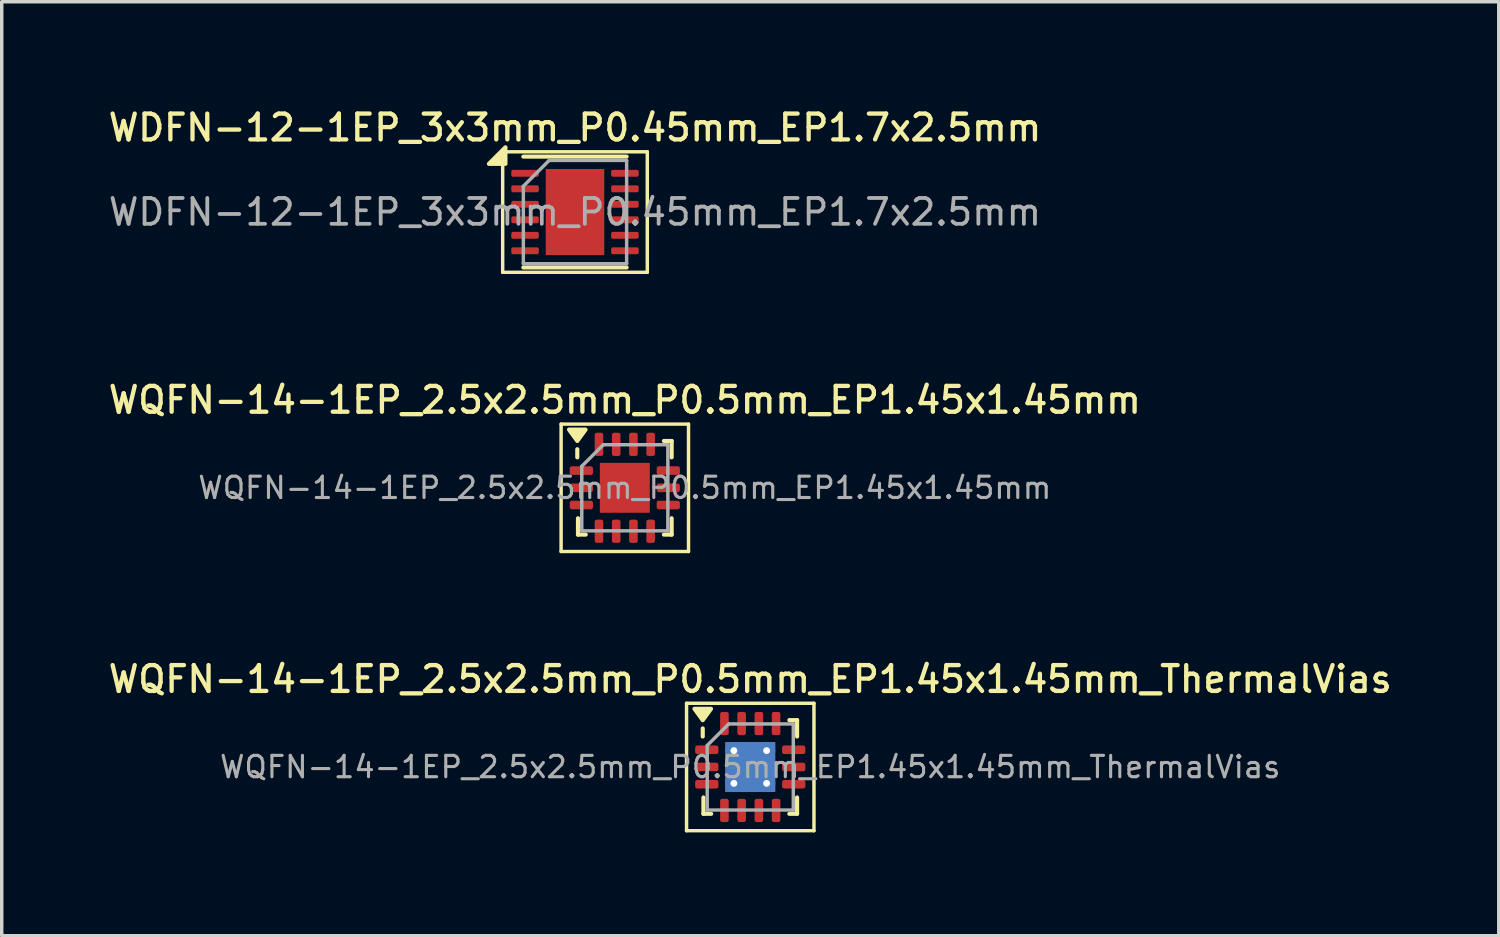
<source format=kicad_pcb>
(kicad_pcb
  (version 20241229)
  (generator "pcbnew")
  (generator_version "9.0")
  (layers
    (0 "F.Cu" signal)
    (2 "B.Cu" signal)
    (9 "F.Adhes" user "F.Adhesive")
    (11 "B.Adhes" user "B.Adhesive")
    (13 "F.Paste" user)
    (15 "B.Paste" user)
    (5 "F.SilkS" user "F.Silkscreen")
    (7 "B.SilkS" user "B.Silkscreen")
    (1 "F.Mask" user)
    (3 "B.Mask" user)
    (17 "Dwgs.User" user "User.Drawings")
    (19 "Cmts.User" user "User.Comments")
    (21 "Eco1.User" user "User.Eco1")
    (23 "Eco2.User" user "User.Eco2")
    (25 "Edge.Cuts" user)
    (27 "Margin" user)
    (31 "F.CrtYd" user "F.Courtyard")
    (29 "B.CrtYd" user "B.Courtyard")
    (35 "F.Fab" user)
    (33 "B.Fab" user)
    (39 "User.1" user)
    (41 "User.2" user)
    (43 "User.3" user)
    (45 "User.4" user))
  (footprint "WDFN-12-1EP_3x3mm_P0.45mm_EP1.7x2.5mm"
    (layer "F.Cu")
    (at 13.648 3.108)
    (property "Reference" "WDFN-12-1EP_3x3mm_P0.45mm_EP1.7x2.5mm" (at 0 -2.45 0) (layer "F.SilkS") (effects (font (size 0.75 0.75) (thickness 0.125))))
    (attr smd)
    (fp_line (start -2.1 -1.75) (end -2.1 1.75) (stroke (width 0.1) (type solid)) (layer "F.SilkS"))
    (fp_line (start -2.1 1.75) (end 2.1 1.75) (stroke (width 0.1) (type solid)) (layer "F.SilkS"))
    (fp_line (start -1.5 -1.61) (end 1.5 -1.61) (stroke (width 0.12) (type solid)) (layer "F.SilkS"))
    (fp_line (start -1.5 1.61) (end 1.5 1.61) (stroke (width 0.12) (type solid)) (layer "F.SilkS"))
    (fp_line (start 2.1 -1.75) (end -2.1 -1.75) (stroke (width 0.1) (type solid)) (layer "F.SilkS"))
    (fp_line (start 2.1 1.75) (end 2.1 -1.75) (stroke (width 0.1) (type solid)) (layer "F.SilkS"))
    (fp_poly (pts (xy -2.02 -1.4) (xy -2.5 -1.4) (xy -2.02 -1.88) (xy -2.02 -1.4)) (stroke (width 0.12) (type solid)) (fill yes) (layer "F.SilkS"))
    (fp_line (start -1.5 -0.75) (end -0.75 -1.5) (stroke (width 0.1) (type solid)) (layer "F.Fab"))
    (fp_line (start -1.5 1.5) (end -1.5 -0.75) (stroke (width 0.1) (type solid)) (layer "F.Fab"))
    (fp_line (start -0.75 -1.5) (end 1.5 -1.5) (stroke (width 0.1) (type solid)) (layer "F.Fab"))
    (fp_line (start 1.5 -1.5) (end 1.5 1.5) (stroke (width 0.1) (type solid)) (layer "F.Fab"))
    (fp_line (start 1.5 1.5) (end -1.5 1.5) (stroke (width 0.1) (type solid)) (layer "F.Fab"))
    (fp_text user "${REFERENCE}" (at 0 0 0) (layer "F.Fab") (effects (font (size 0.75 0.75) (thickness 0.11))))
    (pad "" smd roundrect (at -0.425 -0.625) (size 0.69 1.01) (layers "F.Paste") (roundrect_rratio 0.25))
    (pad "" smd roundrect (at -0.425 0.625) (size 0.69 1.01) (layers "F.Paste") (roundrect_rratio 0.25))
    (pad "" smd roundrect (at 0.425 -0.625) (size 0.69 1.01) (layers "F.Paste") (roundrect_rratio 0.25))
    (pad "" smd roundrect (at 0.425 0.625) (size 0.69 1.01) (layers "F.Paste") (roundrect_rratio 0.25))
    (pad "1" smd roundrect (at -1.45 -1.125) (size 0.8 0.2) (layers "F.Cu" "F.Mask" "F.Paste") (roundrect_rratio 0.25))
    (pad "2" smd roundrect (at -1.45 -0.675) (size 0.8 0.2) (layers "F.Cu" "F.Mask" "F.Paste") (roundrect_rratio 0.25))
    (pad "3" smd roundrect (at -1.45 -0.225) (size 0.8 0.2) (layers "F.Cu" "F.Mask" "F.Paste") (roundrect_rratio 0.25))
    (pad "4" smd roundrect (at -1.45 0.225) (size 0.8 0.2) (layers "F.Cu" "F.Mask" "F.Paste") (roundrect_rratio 0.25))
    (pad "5" smd roundrect (at -1.45 0.675) (size 0.8 0.2) (layers "F.Cu" "F.Mask" "F.Paste") (roundrect_rratio 0.25))
    (pad "6" smd roundrect (at -1.45 1.125) (size 0.8 0.2) (layers "F.Cu" "F.Mask" "F.Paste") (roundrect_rratio 0.25))
    (pad "7" smd roundrect (at 1.45 1.125) (size 0.8 0.2) (layers "F.Cu" "F.Mask" "F.Paste") (roundrect_rratio 0.25))
    (pad "8" smd roundrect (at 1.45 0.675) (size 0.8 0.2) (layers "F.Cu" "F.Mask" "F.Paste") (roundrect_rratio 0.25))
    (pad "9" smd roundrect (at 1.45 0.225) (size 0.8 0.2) (layers "F.Cu" "F.Mask" "F.Paste") (roundrect_rratio 0.25))
    (pad "10" smd roundrect (at 1.45 -0.225) (size 0.8 0.2) (layers "F.Cu" "F.Mask" "F.Paste") (roundrect_rratio 0.25))
    (pad "11" smd roundrect (at 1.45 -0.675) (size 0.8 0.2) (layers "F.Cu" "F.Mask" "F.Paste") (roundrect_rratio 0.25))
    (pad "12" smd roundrect (at 1.45 -1.125) (size 0.8 0.2) (layers "F.Cu" "F.Mask" "F.Paste") (roundrect_rratio 0.25))
    (pad "13" smd rect (at 0 0) (size 1.7 2.5) (property pad_prop_heatsink) (layers "F.Cu" "F.Mask")))
  (footprint "WQFN-14-1EP_2.5x2.5mm_P0.5mm_EP1.45x1.45mm_ThermalVias"
    (layer "F.Cu")
    (at 18.738 19.224)
    (property "Reference" "WQFN-14-1EP_2.5x2.5mm_P0.5mm_EP1.45x1.45mm_ThermalVias" (at 0 -2.55 0) (layer "F.SilkS") (effects (font (size 0.75 0.75) (thickness 0.125))))
    (attr smd)
    (fp_line (start -1.85 -1.85) (end -1.85 1.85) (stroke (width 0.1) (type solid)) (layer "F.SilkS"))
    (fp_line (start -1.85 1.85) (end 1.85 1.85) (stroke (width 0.1) (type solid)) (layer "F.SilkS"))
    (fp_line (start -1.38 -0.885) (end -1.38 -1.12) (stroke (width 0.12) (type solid)) (layer "F.SilkS"))
    (fp_line (start -1.36 1.36) (end -1.36 0.885) (stroke (width 0.12) (type solid)) (layer "F.SilkS"))
    (fp_line (start -1.135 1.36) (end -1.36 1.36) (stroke (width 0.12) (type solid)) (layer "F.SilkS"))
    (fp_line (start 1.135 -1.36) (end 1.36 -1.36) (stroke (width 0.12) (type solid)) (layer "F.SilkS"))
    (fp_line (start 1.135 1.36) (end 1.36 1.36) (stroke (width 0.12) (type solid)) (layer "F.SilkS"))
    (fp_line (start 1.36 -1.36) (end 1.36 -0.885) (stroke (width 0.12) (type solid)) (layer "F.SilkS"))
    (fp_line (start 1.36 1.36) (end 1.36 0.885) (stroke (width 0.12) (type solid)) (layer "F.SilkS"))
    (fp_line (start 1.85 -1.85) (end -1.85 -1.85) (stroke (width 0.1) (type solid)) (layer "F.SilkS"))
    (fp_line (start 1.85 1.85) (end 1.85 -1.85) (stroke (width 0.1) (type solid)) (layer "F.SilkS"))
    (fp_poly (pts (xy -1.38 -1.36) (xy -1.62 -1.69) (xy -1.14 -1.69) (xy -1.38 -1.36)) (stroke (width 0.12) (type solid)) (fill yes) (layer "F.SilkS"))
    (fp_line (start -1.25 -0.625) (end -0.625 -1.25) (stroke (width 0.1) (type solid)) (layer "F.Fab"))
    (fp_line (start -1.25 1.25) (end -1.25 -0.625) (stroke (width 0.1) (type solid)) (layer "F.Fab"))
    (fp_line (start -0.625 -1.25) (end 1.25 -1.25) (stroke (width 0.1) (type solid)) (layer "F.Fab"))
    (fp_line (start 1.25 -1.25) (end 1.25 1.25) (stroke (width 0.1) (type solid)) (layer "F.Fab"))
    (fp_line (start 1.25 1.25) (end -1.25 1.25) (stroke (width 0.1) (type solid)) (layer "F.Fab"))
    (fp_text user "${REFERENCE}" (at 0 0 0) (layer "F.Fab") (effects (font (size 0.62 0.62) (thickness 0.09))))
    (pad "" smd roundrect (at -0.36 -0.36) (size 0.61 0.61) (layers "F.Paste") (roundrect_rratio 0.25))
    (pad "" smd roundrect (at -0.36 0.36) (size 0.61 0.61) (layers "F.Paste") (roundrect_rratio 0.25))
    (pad "" smd roundrect (at 0.36 -0.36) (size 0.61 0.61) (layers "F.Paste") (roundrect_rratio 0.25))
    (pad "" smd roundrect (at 0.36 0.36) (size 0.61 0.61) (layers "F.Paste") (roundrect_rratio 0.25))
    (pad "1" smd roundrect (at -1.262 -0.5) (size 0.675 0.25) (layers "F.Cu" "F.Mask" "F.Paste") (roundrect_rratio 0.25))
    (pad "2" smd roundrect (at -1.262 0) (size 0.675 0.25) (layers "F.Cu" "F.Mask" "F.Paste") (roundrect_rratio 0.25))
    (pad "3" smd roundrect (at -1.262 0.5) (size 0.675 0.25) (layers "F.Cu" "F.Mask" "F.Paste") (roundrect_rratio 0.25))
    (pad "4" smd roundrect (at -0.75 1.262) (size 0.25 0.675) (layers "F.Cu" "F.Mask" "F.Paste") (roundrect_rratio 0.25))
    (pad "5" smd roundrect (at -0.25 1.262) (size 0.25 0.675) (layers "F.Cu" "F.Mask" "F.Paste") (roundrect_rratio 0.25))
    (pad "6" smd roundrect (at 0.25 1.262) (size 0.25 0.675) (layers "F.Cu" "F.Mask" "F.Paste") (roundrect_rratio 0.25))
    (pad "7" smd roundrect (at 0.75 1.262) (size 0.25 0.675) (layers "F.Cu" "F.Mask" "F.Paste") (roundrect_rratio 0.25))
    (pad "8" smd roundrect (at 1.262 0.5) (size 0.675 0.25) (layers "F.Cu" "F.Mask" "F.Paste") (roundrect_rratio 0.25))
    (pad "9" smd roundrect (at 1.262 0) (size 0.675 0.25) (layers "F.Cu" "F.Mask" "F.Paste") (roundrect_rratio 0.25))
    (pad "10" smd roundrect (at 1.262 -0.5) (size 0.675 0.25) (layers "F.Cu" "F.Mask" "F.Paste") (roundrect_rratio 0.25))
    (pad "11" smd roundrect (at 0.75 -1.262) (size 0.25 0.675) (layers "F.Cu" "F.Mask" "F.Paste") (roundrect_rratio 0.25))
    (pad "12" smd roundrect (at 0.25 -1.262) (size 0.25 0.675) (layers "F.Cu" "F.Mask" "F.Paste") (roundrect_rratio 0.25))
    (pad "13" smd roundrect (at -0.25 -1.262) (size 0.25 0.675) (layers "F.Cu" "F.Mask" "F.Paste") (roundrect_rratio 0.25))
    (pad "14" smd roundrect (at -0.75 -1.262) (size 0.25 0.675) (layers "F.Cu" "F.Mask" "F.Paste") (roundrect_rratio 0.25))
    (pad "15" thru_hole circle (at -0.475 -0.475) (size 0.5 0.5) (drill 0.2) (property pad_prop_heatsink) (layers "*.Cu"))
    (pad "15" thru_hole circle (at -0.475 0.475) (size 0.5 0.5) (drill 0.2) (property pad_prop_heatsink) (layers "*.Cu"))
    (pad "15" smd rect (at 0 0) (size 1.45 1.45) (property pad_prop_heatsink) (layers "F.Cu" "F.Mask"))
    (pad "15" smd rect (at 0 0) (size 1.45 1.45) (property pad_prop_heatsink) (layers "B.Cu"))
    (pad "15" thru_hole circle (at 0.475 -0.475) (size 0.5 0.5) (drill 0.2) (property pad_prop_heatsink) (layers "*.Cu"))
    (pad "15" thru_hole circle (at 0.475 0.475) (size 0.5 0.5) (drill 0.2) (property pad_prop_heatsink) (layers "*.Cu")))
  (footprint "WQFN-14-1EP_2.5x2.5mm_P0.5mm_EP1.45x1.45mm"
    (layer "F.Cu")
    (at 15.095 11.116)
    (property "Reference" "WQFN-14-1EP_2.5x2.5mm_P0.5mm_EP1.45x1.45mm" (at 0 -2.55 0) (layer "F.SilkS") (effects (font (size 0.75 0.75) (thickness 0.125))))
    (attr smd)
    (fp_line (start -1.85 -1.85) (end -1.85 1.85) (stroke (width 0.1) (type solid)) (layer "F.SilkS"))
    (fp_line (start -1.85 1.85) (end 1.85 1.85) (stroke (width 0.1) (type solid)) (layer "F.SilkS"))
    (fp_line (start -1.38 -0.885) (end -1.38 -1.12) (stroke (width 0.12) (type solid)) (layer "F.SilkS"))
    (fp_line (start -1.36 1.36) (end -1.36 0.885) (stroke (width 0.12) (type solid)) (layer "F.SilkS"))
    (fp_line (start -1.135 1.36) (end -1.36 1.36) (stroke (width 0.12) (type solid)) (layer "F.SilkS"))
    (fp_line (start 1.135 -1.36) (end 1.36 -1.36) (stroke (width 0.12) (type solid)) (layer "F.SilkS"))
    (fp_line (start 1.135 1.36) (end 1.36 1.36) (stroke (width 0.12) (type solid)) (layer "F.SilkS"))
    (fp_line (start 1.36 -1.36) (end 1.36 -0.885) (stroke (width 0.12) (type solid)) (layer "F.SilkS"))
    (fp_line (start 1.36 1.36) (end 1.36 0.885) (stroke (width 0.12) (type solid)) (layer "F.SilkS"))
    (fp_line (start 1.85 -1.85) (end -1.85 -1.85) (stroke (width 0.1) (type solid)) (layer "F.SilkS"))
    (fp_line (start 1.85 1.85) (end 1.85 -1.85) (stroke (width 0.1) (type solid)) (layer "F.SilkS"))
    (fp_poly (pts (xy -1.38 -1.36) (xy -1.62 -1.69) (xy -1.14 -1.69) (xy -1.38 -1.36)) (stroke (width 0.12) (type solid)) (fill yes) (layer "F.SilkS"))
    (fp_line (start -1.25 -0.625) (end -0.625 -1.25) (stroke (width 0.1) (type solid)) (layer "F.Fab"))
    (fp_line (start -1.25 1.25) (end -1.25 -0.625) (stroke (width 0.1) (type solid)) (layer "F.Fab"))
    (fp_line (start -0.625 -1.25) (end 1.25 -1.25) (stroke (width 0.1) (type solid)) (layer "F.Fab"))
    (fp_line (start 1.25 -1.25) (end 1.25 1.25) (stroke (width 0.1) (type solid)) (layer "F.Fab"))
    (fp_line (start 1.25 1.25) (end -1.25 1.25) (stroke (width 0.1) (type solid)) (layer "F.Fab"))
    (fp_text user "${REFERENCE}" (at 0 0 0) (layer "F.Fab") (effects (font (size 0.62 0.62) (thickness 0.09))))
    (pad "" smd roundrect (at -0.36 -0.36) (size 0.58 0.58) (layers "F.Paste") (roundrect_rratio 0.25))
    (pad "" smd roundrect (at -0.36 0.36) (size 0.58 0.58) (layers "F.Paste") (roundrect_rratio 0.25))
    (pad "" smd roundrect (at 0.36 -0.36) (size 0.58 0.58) (layers "F.Paste") (roundrect_rratio 0.25))
    (pad "" smd roundrect (at 0.36 0.36) (size 0.58 0.58) (layers "F.Paste") (roundrect_rratio 0.25))
    (pad "1" smd roundrect (at -1.262 -0.5) (size 0.675 0.25) (layers "F.Cu" "F.Mask" "F.Paste") (roundrect_rratio 0.25))
    (pad "2" smd roundrect (at -1.262 0) (size 0.675 0.25) (layers "F.Cu" "F.Mask" "F.Paste") (roundrect_rratio 0.25))
    (pad "3" smd roundrect (at -1.262 0.5) (size 0.675 0.25) (layers "F.Cu" "F.Mask" "F.Paste") (roundrect_rratio 0.25))
    (pad "4" smd roundrect (at -0.75 1.262) (size 0.25 0.675) (layers "F.Cu" "F.Mask" "F.Paste") (roundrect_rratio 0.25))
    (pad "5" smd roundrect (at -0.25 1.262) (size 0.25 0.675) (layers "F.Cu" "F.Mask" "F.Paste") (roundrect_rratio 0.25))
    (pad "6" smd roundrect (at 0.25 1.262) (size 0.25 0.675) (layers "F.Cu" "F.Mask" "F.Paste") (roundrect_rratio 0.25))
    (pad "7" smd roundrect (at 0.75 1.262) (size 0.25 0.675) (layers "F.Cu" "F.Mask" "F.Paste") (roundrect_rratio 0.25))
    (pad "8" smd roundrect (at 1.262 0.5) (size 0.675 0.25) (layers "F.Cu" "F.Mask" "F.Paste") (roundrect_rratio 0.25))
    (pad "9" smd roundrect (at 1.262 0) (size 0.675 0.25) (layers "F.Cu" "F.Mask" "F.Paste") (roundrect_rratio 0.25))
    (pad "10" smd roundrect (at 1.262 -0.5) (size 0.675 0.25) (layers "F.Cu" "F.Mask" "F.Paste") (roundrect_rratio 0.25))
    (pad "11" smd roundrect (at 0.75 -1.262) (size 0.25 0.675) (layers "F.Cu" "F.Mask" "F.Paste") (roundrect_rratio 0.25))
    (pad "12" smd roundrect (at 0.25 -1.262) (size 0.25 0.675) (layers "F.Cu" "F.Mask" "F.Paste") (roundrect_rratio 0.25))
    (pad "13" smd roundrect (at -0.25 -1.262) (size 0.25 0.675) (layers "F.Cu" "F.Mask" "F.Paste") (roundrect_rratio 0.25))
    (pad "14" smd roundrect (at -0.75 -1.262) (size 0.25 0.675) (layers "F.Cu" "F.Mask" "F.Paste") (roundrect_rratio 0.25))
    (pad "15" smd rect (at 0 0) (size 1.45 1.45) (property pad_prop_heatsink) (layers "F.Cu" "F.Mask")))
  (gr_rect
    (start -3 -3)
    (end 40.475 24.124)
    (stroke (width 0.1) (type default))
    (fill no)
    (layer "Edge.Cuts")))
</source>
